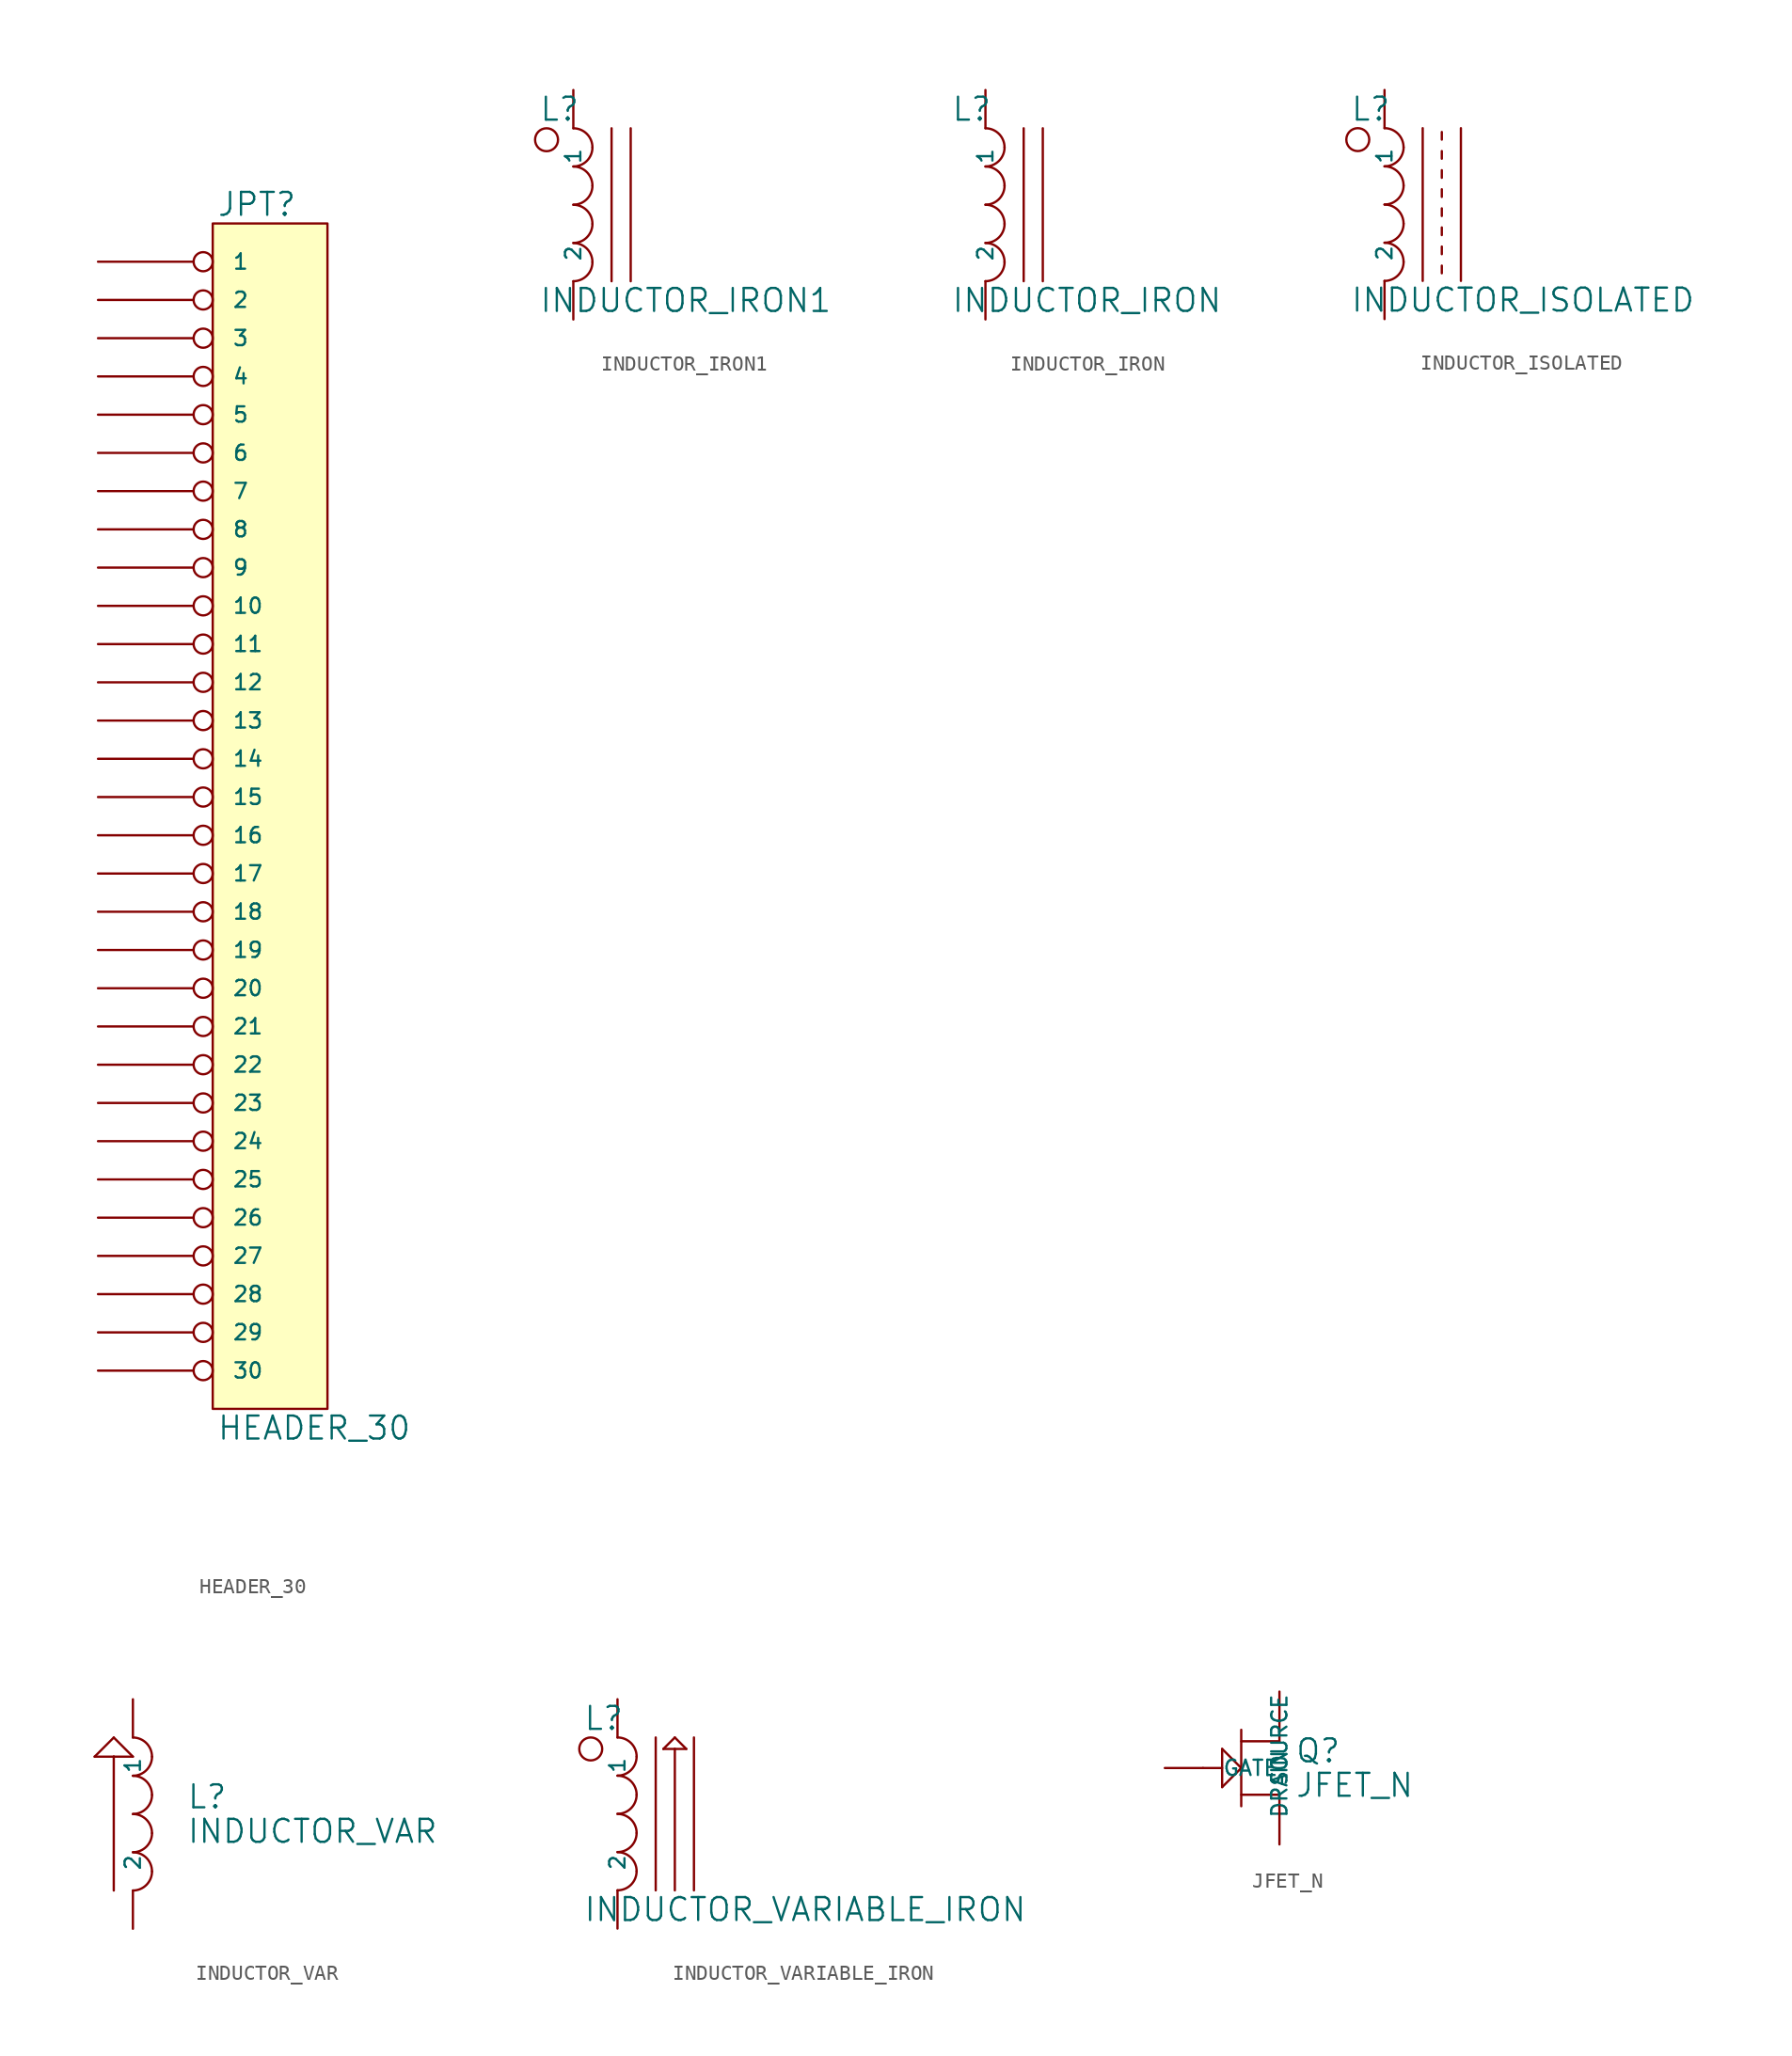
<source format=kicad_sym>
(kicad_symbol_lib
  (version 20231120)
  (generator "kicad_symbol_editor")
  (generator_version "8.0")
  (symbol "HEADER_30"
    (pin_names
      (offset 1.27))
    (property "Reference" "JPT"
      (at 0.254 0.381 0)
      (effects (font (size 1.524 1.524)) (justify left bottom)))
    (property "Value" "HEADER_30"
      (at 0.254 -79.121 0)
      (effects (font (size 1.524 1.524)) (justify left top)))
    (symbol "HEADER_30_0_1"
      (rectangle (start 0 0) (end 7.62 -78.74) (stroke (width 0) (type solid)) (fill (type background))))
    (symbol "HEADER_30_1_1"
      (pin passive inverted (at -7.62 -2.54 0) (length 7.62) (name "1" (effects (font (size 1.016 1.016)))) (number "~" (effects (font (size 1.27 1.27)))))
      (pin passive inverted (at -7.62 -25.4 0) (length 7.62) (name "10" (effects (font (size 1.016 1.016)))) (number "~" (effects (font (size 1.27 1.27)))))
      (pin passive inverted (at -7.62 -27.94 0) (length 7.62) (name "11" (effects (font (size 1.016 1.016)))) (number "~" (effects (font (size 1.27 1.27)))))
      (pin passive inverted (at -7.62 -30.48 0) (length 7.62) (name "12" (effects (font (size 1.016 1.016)))) (number "~" (effects (font (size 1.27 1.27)))))
      (pin passive inverted (at -7.62 -33.02 0) (length 7.62) (name "13" (effects (font (size 1.016 1.016)))) (number "~" (effects (font (size 1.27 1.27)))))
      (pin passive inverted (at -7.62 -35.56 0) (length 7.62) (name "14" (effects (font (size 1.016 1.016)))) (number "~" (effects (font (size 1.27 1.27)))))
      (pin passive inverted (at -7.62 -38.1 0) (length 7.62) (name "15" (effects (font (size 1.016 1.016)))) (number "~" (effects (font (size 1.27 1.27)))))
      (pin passive inverted (at -7.62 -40.64 0) (length 7.62) (name "16" (effects (font (size 1.016 1.016)))) (number "~" (effects (font (size 1.27 1.27)))))
      (pin passive inverted (at -7.62 -43.18 0) (length 7.62) (name "17" (effects (font (size 1.016 1.016)))) (number "~" (effects (font (size 1.27 1.27)))))
      (pin passive inverted (at -7.62 -45.72 0) (length 7.62) (name "18" (effects (font (size 1.016 1.016)))) (number "~" (effects (font (size 1.27 1.27)))))
      (pin passive inverted (at -7.62 -48.26 0) (length 7.62) (name "19" (effects (font (size 1.016 1.016)))) (number "~" (effects (font (size 1.27 1.27)))))
      (pin passive inverted (at -7.62 -5.08 0) (length 7.62) (name "2" (effects (font (size 1.016 1.016)))) (number "~" (effects (font (size 1.27 1.27)))))
      (pin passive inverted (at -7.62 -50.8 0) (length 7.62) (name "20" (effects (font (size 1.016 1.016)))) (number "~" (effects (font (size 1.27 1.27)))))
      (pin passive inverted (at -7.62 -53.34 0) (length 7.62) (name "21" (effects (font (size 1.016 1.016)))) (number "~" (effects (font (size 1.27 1.27)))))
      (pin passive inverted (at -7.62 -55.88 0) (length 7.62) (name "22" (effects (font (size 1.016 1.016)))) (number "~" (effects (font (size 1.27 1.27)))))
      (pin passive inverted (at -7.62 -58.42 0) (length 7.62) (name "23" (effects (font (size 1.016 1.016)))) (number "~" (effects (font (size 1.27 1.27)))))
      (pin passive inverted (at -7.62 -60.96 0) (length 7.62) (name "24" (effects (font (size 1.016 1.016)))) (number "~" (effects (font (size 1.27 1.27)))))
      (pin passive inverted (at -7.62 -63.5 0) (length 7.62) (name "25" (effects (font (size 1.016 1.016)))) (number "~" (effects (font (size 1.27 1.27)))))
      (pin passive inverted (at -7.62 -66.04 0) (length 7.62) (name "26" (effects (font (size 1.016 1.016)))) (number "~" (effects (font (size 1.27 1.27)))))
      (pin passive inverted (at -7.62 -68.58 0) (length 7.62) (name "27" (effects (font (size 1.016 1.016)))) (number "~" (effects (font (size 1.27 1.27)))))
      (pin passive inverted (at -7.62 -71.12 0) (length 7.62) (name "28" (effects (font (size 1.016 1.016)))) (number "~" (effects (font (size 1.27 1.27)))))
      (pin passive inverted (at -7.62 -73.66 0) (length 7.62) (name "29" (effects (font (size 1.016 1.016)))) (number "~" (effects (font (size 1.27 1.27)))))
      (pin passive inverted (at -7.62 -7.62 0) (length 7.62) (name "3" (effects (font (size 1.016 1.016)))) (number "~" (effects (font (size 1.27 1.27)))))
      (pin passive inverted (at -7.62 -76.2 0) (length 7.62) (name "30" (effects (font (size 1.016 1.016)))) (number "~" (effects (font (size 1.27 1.27)))))
      (pin passive inverted (at -7.62 -10.16 0) (length 7.62) (name "4" (effects (font (size 1.016 1.016)))) (number "~" (effects (font (size 1.27 1.27)))))
      (pin passive inverted (at -7.62 -12.7 0) (length 7.62) (name "5" (effects (font (size 1.016 1.016)))) (number "~" (effects (font (size 1.27 1.27)))))
      (pin passive inverted (at -7.62 -15.24 0) (length 7.62) (name "6" (effects (font (size 1.016 1.016)))) (number "~" (effects (font (size 1.27 1.27)))))
      (pin passive inverted (at -7.62 -17.78 0) (length 7.62) (name "7" (effects (font (size 1.016 1.016)))) (number "~" (effects (font (size 1.27 1.27)))))
      (pin passive inverted (at -7.62 -20.32 0) (length 7.62) (name "8" (effects (font (size 1.016 1.016)))) (number "~" (effects (font (size 1.27 1.27)))))
      (pin passive inverted (at -7.62 -22.86 0) (length 7.62) (name "9" (effects (font (size 1.016 1.016)))) (number "~" (effects (font (size 1.27 1.27)))))))
  (symbol "INDUCTOR_IRON1"
    (pin_names
      (offset 1.27))
    (property "Reference" "L"
      (at 0.254 0.381 0)
      (effects (font (size 1.524 1.524)) (justify left bottom)))
    (property "Value" "INDUCTOR_IRON1"
      (at 0.254 -10.541 0)
      (effects (font (size 1.524 1.524)) (justify left top)))
    (symbol "INDUCTOR_IRON1_0_1"
      (polyline (pts (xy 5.08 0) (xy 5.08 -10.16)) (stroke (width 0) (type solid)) (fill (type none)))
      (polyline (pts (xy 6.35 -10.16) (xy 6.35 0)) (stroke (width 0) (type solid)) (fill (type none)))
      (circle (center 0.762 -0.762) (radius 0.762) (stroke (width 0) (type solid)) (fill (type none)))
      (arc (start 2.54 -10.16) (mid 3.438 -9.788) (end 3.81 -8.89) (stroke (width 0) (type solid)) (fill (type none)))
      (arc (start 2.54 -7.62) (mid 3.438 -7.248) (end 3.81 -6.35) (stroke (width 0) (type solid)) (fill (type none)))
      (arc (start 2.54 -5.08) (mid 3.438 -4.708) (end 3.81 -3.81) (stroke (width 0) (type solid)) (fill (type none)))
      (arc (start 2.54 -2.54) (mid 3.438 -2.168) (end 3.81 -1.27) (stroke (width 0) (type solid)) (fill (type none)))
      (arc (start 3.81 -8.89) (mid 3.438 -7.992) (end 2.54 -7.62) (stroke (width 0) (type solid)) (fill (type none)))
      (arc (start 3.81 -6.35) (mid 3.438 -5.452) (end 2.54 -5.08) (stroke (width 0) (type solid)) (fill (type none)))
      (arc (start 3.81 -3.81) (mid 3.438 -2.912) (end 2.54 -2.54) (stroke (width 0) (type solid)) (fill (type none)))
      (arc (start 3.81 -1.27) (mid 3.438 -0.372) (end 2.54 0) (stroke (width 0) (type solid)) (fill (type none))))
    (symbol "INDUCTOR_IRON1_1_1"
      (pin passive line (at 2.54 2.54 270) (length 2.54) (name "1" (effects (font (size 1.016 1.016)))) (number "~" (effects (font (size 1.27 1.27)))))
      (pin passive line (at 2.54 -12.7 90) (length 2.54) (name "2" (effects (font (size 1.016 1.016)))) (number "~" (effects (font (size 1.27 1.27)))))))
  (symbol "INDUCTOR_IRON"
    (pin_names
      (offset 1.27))
    (property "Reference" "L"
      (at 0.254 0.381 0)
      (effects (font (size 1.524 1.524)) (justify left bottom)))
    (property "Value" "INDUCTOR_IRON"
      (at 0.254 -10.541 0)
      (effects (font (size 1.524 1.524)) (justify left top)))
    (symbol "INDUCTOR_IRON_0_1"
      (polyline (pts (xy 5.08 0) (xy 5.08 -10.16)) (stroke (width 0) (type solid)) (fill (type none)))
      (polyline (pts (xy 6.35 -10.16) (xy 6.35 0)) (stroke (width 0) (type solid)) (fill (type none)))
      (arc (start 2.54 -10.16) (mid 3.438 -9.788) (end 3.81 -8.89) (stroke (width 0) (type solid)) (fill (type none)))
      (arc (start 2.54 -7.62) (mid 3.438 -7.248) (end 3.81 -6.35) (stroke (width 0) (type solid)) (fill (type none)))
      (arc (start 2.54 -5.08) (mid 3.438 -4.708) (end 3.81 -3.81) (stroke (width 0) (type solid)) (fill (type none)))
      (arc (start 2.54 -2.54) (mid 3.438 -2.168) (end 3.81 -1.27) (stroke (width 0) (type solid)) (fill (type none)))
      (arc (start 3.81 -8.89) (mid 3.438 -7.992) (end 2.54 -7.62) (stroke (width 0) (type solid)) (fill (type none)))
      (arc (start 3.81 -6.35) (mid 3.438 -5.452) (end 2.54 -5.08) (stroke (width 0) (type solid)) (fill (type none)))
      (arc (start 3.81 -3.81) (mid 3.438 -2.912) (end 2.54 -2.54) (stroke (width 0) (type solid)) (fill (type none)))
      (arc (start 3.81 -1.27) (mid 3.438 -0.372) (end 2.54 0) (stroke (width 0) (type solid)) (fill (type none))))
    (symbol "INDUCTOR_IRON_1_1"
      (pin passive line (at 2.54 2.54 270) (length 2.54) (name "1" (effects (font (size 1.016 1.016)))) (number "~" (effects (font (size 1.27 1.27)))))
      (pin passive line (at 2.54 -12.7 90) (length 2.54) (name "2" (effects (font (size 1.016 1.016)))) (number "~" (effects (font (size 1.27 1.27)))))))
  (symbol "INDUCTOR_ISOLATED"
    (pin_names
      (offset 1.27))
    (property "Reference" "L"
      (at 0.254 0.381 0)
      (effects (font (size 1.524 1.524)) (justify left bottom)))
    (property "Value" "INDUCTOR_ISOLATED"
      (at 0.254 -10.541 0)
      (effects (font (size 1.524 1.524)) (justify left top)))
    (symbol "INDUCTOR_ISOLATED_0_1"
      (polyline (pts (xy 5.08 0) (xy 5.08 -10.16)) (stroke (width 0) (type solid)) (fill (type none)))
      (polyline (pts (xy 6.35 -9.144) (xy 6.35 -9.652)) (stroke (width 0) (type solid)) (fill (type none)))
      (polyline (pts (xy 6.35 -7.874) (xy 6.35 -8.382)) (stroke (width 0) (type solid)) (fill (type none)))
      (polyline (pts (xy 6.35 -6.604) (xy 6.35 -7.112)) (stroke (width 0) (type solid)) (fill (type none)))
      (polyline (pts (xy 6.35 -5.334) (xy 6.35 -5.842)) (stroke (width 0) (type solid)) (fill (type none)))
      (polyline (pts (xy 6.35 -4.064) (xy 6.35 -4.572)) (stroke (width 0) (type solid)) (fill (type none)))
      (polyline (pts (xy 6.35 -2.794) (xy 6.35 -3.302)) (stroke (width 0) (type solid)) (fill (type none)))
      (polyline (pts (xy 6.35 -1.524) (xy 6.35 -2.032)) (stroke (width 0) (type solid)) (fill (type none)))
      (polyline (pts (xy 6.35 -0.254) (xy 6.35 -0.762)) (stroke (width 0) (type solid)) (fill (type none)))
      (polyline (pts (xy 7.62 -10.16) (xy 7.62 0)) (stroke (width 0) (type solid)) (fill (type none)))
      (circle (center 0.762 -0.762) (radius 0.762) (stroke (width 0) (type solid)) (fill (type none)))
      (arc (start 2.54 -10.16) (mid 3.438 -9.788) (end 3.81 -8.89) (stroke (width 0) (type solid)) (fill (type none)))
      (arc (start 2.54 -7.62) (mid 3.438 -7.248) (end 3.81 -6.35) (stroke (width 0) (type solid)) (fill (type none)))
      (arc (start 2.54 -5.08) (mid 3.438 -4.708) (end 3.81 -3.81) (stroke (width 0) (type solid)) (fill (type none)))
      (arc (start 2.54 -2.54) (mid 3.438 -2.168) (end 3.81 -1.27) (stroke (width 0) (type solid)) (fill (type none)))
      (arc (start 3.81 -8.89) (mid 3.438 -7.992) (end 2.54 -7.62) (stroke (width 0) (type solid)) (fill (type none)))
      (arc (start 3.81 -6.35) (mid 3.438 -5.452) (end 2.54 -5.08) (stroke (width 0) (type solid)) (fill (type none)))
      (arc (start 3.81 -3.81) (mid 3.438 -2.912) (end 2.54 -2.54) (stroke (width 0) (type solid)) (fill (type none)))
      (arc (start 3.81 -1.27) (mid 3.438 -0.372) (end 2.54 0) (stroke (width 0) (type solid)) (fill (type none))))
    (symbol "INDUCTOR_ISOLATED_1_1"
      (pin passive line (at 2.54 2.54 270) (length 2.54) (name "1" (effects (font (size 1.016 1.016)))) (number "~" (effects (font (size 1.27 1.27)))))
      (pin passive line (at 2.54 -12.7 90) (length 2.54) (name "2" (effects (font (size 1.016 1.016)))) (number "~" (effects (font (size 1.27 1.27)))))))
  (symbol "INDUCTOR_VAR"
    (pin_names
      (offset 1.27))
    (property "Reference" "L"
      (at 6.096 -4.826 0)
      (effects (font (size 1.524 1.524)) (justify left bottom)))
    (property "Value" "INDUCTOR_VAR"
      (at 6.096 -5.334 0)
      (effects (font (size 1.524 1.524)) (justify left top)))
    (symbol "INDUCTOR_VAR_0_1"
      (polyline (pts (xy 0 -1.27) (xy 1.27 0)) (stroke (width 0) (type solid)) (fill (type none)))
      (polyline (pts (xy 1.27 -10.16) (xy 1.27 -1.27)) (stroke (width 0) (type solid)) (fill (type none)))
      (polyline (pts (xy 1.27 -1.27) (xy 0 -1.27)) (stroke (width 0) (type solid)) (fill (type none)))
      (polyline (pts (xy 1.27 0) (xy 2.54 -1.27)) (stroke (width 0) (type solid)) (fill (type none)))
      (polyline (pts (xy 2.54 -1.27) (xy 1.27 -1.27)) (stroke (width 0) (type solid)) (fill (type none)))
      (arc (start 2.54 -10.16) (mid 3.438 -9.788) (end 3.81 -8.89) (stroke (width 0) (type solid)) (fill (type none)))
      (arc (start 2.54 -7.62) (mid 3.438 -7.248) (end 3.81 -6.35) (stroke (width 0) (type solid)) (fill (type none)))
      (arc (start 2.54 -5.08) (mid 3.438 -4.708) (end 3.81 -3.81) (stroke (width 0) (type solid)) (fill (type none)))
      (arc (start 2.54 -2.54) (mid 3.438 -2.168) (end 3.81 -1.27) (stroke (width 0) (type solid)) (fill (type none)))
      (arc (start 3.81 -8.89) (mid 3.438 -7.992) (end 2.54 -7.62) (stroke (width 0) (type solid)) (fill (type none)))
      (arc (start 3.81 -6.35) (mid 3.438 -5.452) (end 2.54 -5.08) (stroke (width 0) (type solid)) (fill (type none)))
      (arc (start 3.81 -3.81) (mid 3.438 -2.912) (end 2.54 -2.54) (stroke (width 0) (type solid)) (fill (type none)))
      (arc (start 3.81 -1.27) (mid 3.438 -0.372) (end 2.54 0) (stroke (width 0) (type solid)) (fill (type none))))
    (symbol "INDUCTOR_VAR_1_1"
      (pin passive line (at 2.54 2.54 270) (length 2.54) (name "1" (effects (font (size 1.016 1.016)))) (number "~" (effects (font (size 1.27 1.27)))))
      (pin passive line (at 2.54 -12.7 90) (length 2.54) (name "2" (effects (font (size 1.016 1.016)))) (number "~" (effects (font (size 1.27 1.27)))))))
  (symbol "INDUCTOR_VARIABLE_IRON"
    (pin_names
      (offset 1.27))
    (property "Reference" "L"
      (at 0.254 0.381 0)
      (effects (font (size 1.524 1.524)) (justify left bottom)))
    (property "Value" "INDUCTOR_VARIABLE_IRON"
      (at 0.254 -10.541 0)
      (effects (font (size 1.524 1.524)) (justify left top)))
    (symbol "INDUCTOR_VARIABLE_IRON_0_1"
      (polyline (pts (xy 5.08 0) (xy 5.08 -10.16)) (stroke (width 0) (type solid)) (fill (type none)))
      (polyline (pts (xy 5.588 -0.762) (xy 6.35 0)) (stroke (width 0) (type solid)) (fill (type none)))
      (polyline (pts (xy 6.35 -10.16) (xy 6.35 -0.762)) (stroke (width 0) (type solid)) (fill (type none)))
      (polyline (pts (xy 6.35 -0.762) (xy 5.588 -0.762)) (stroke (width 0) (type solid)) (fill (type none)))
      (polyline (pts (xy 6.35 0) (xy 7.112 -0.762)) (stroke (width 0) (type solid)) (fill (type none)))
      (polyline (pts (xy 7.112 -0.762) (xy 6.35 -0.762)) (stroke (width 0) (type solid)) (fill (type none)))
      (polyline (pts (xy 7.62 -10.16) (xy 7.62 0)) (stroke (width 0) (type solid)) (fill (type none)))
      (circle (center 0.762 -0.762) (radius 0.762) (stroke (width 0) (type solid)) (fill (type none)))
      (arc (start 2.54 -10.16) (mid 3.438 -9.788) (end 3.81 -8.89) (stroke (width 0) (type solid)) (fill (type none)))
      (arc (start 2.54 -7.62) (mid 3.438 -7.248) (end 3.81 -6.35) (stroke (width 0) (type solid)) (fill (type none)))
      (arc (start 2.54 -5.08) (mid 3.438 -4.708) (end 3.81 -3.81) (stroke (width 0) (type solid)) (fill (type none)))
      (arc (start 2.54 -2.54) (mid 3.438 -2.168) (end 3.81 -1.27) (stroke (width 0) (type solid)) (fill (type none)))
      (arc (start 3.81 -8.89) (mid 3.438 -7.992) (end 2.54 -7.62) (stroke (width 0) (type solid)) (fill (type none)))
      (arc (start 3.81 -6.35) (mid 3.438 -5.452) (end 2.54 -5.08) (stroke (width 0) (type solid)) (fill (type none)))
      (arc (start 3.81 -3.81) (mid 3.438 -2.912) (end 2.54 -2.54) (stroke (width 0) (type solid)) (fill (type none)))
      (arc (start 3.81 -1.27) (mid 3.438 -0.372) (end 2.54 0) (stroke (width 0) (type solid)) (fill (type none))))
    (symbol "INDUCTOR_VARIABLE_IRON_1_1"
      (pin passive line (at 2.54 2.54 270) (length 2.54) (name "1" (effects (font (size 1.016 1.016)))) (number "~" (effects (font (size 1.27 1.27)))))
      (pin passive line (at 2.54 -12.7 90) (length 2.54) (name "2" (effects (font (size 1.016 1.016)))) (number "~" (effects (font (size 1.27 1.27)))))))
  (symbol "JFET_N"
    (pin_names
      (offset 1.27))
    (property "Reference" "Q"
      (at 6.096 -2.286 0)
      (effects (font (size 1.524 1.524)) (justify left bottom)))
    (property "Value" "JFET_N"
      (at 6.096 -2.794 0)
      (effects (font (size 1.524 1.524)) (justify left top)))
    (symbol "JFET_N_0_1"
      (polyline (pts (xy 1.27 -3.81) (xy 2.54 -2.54)) (stroke (width 0) (type solid)) (fill (type none)))
      (polyline (pts (xy 1.27 -2.54) (xy 0 -2.54)) (stroke (width 0) (type solid)) (fill (type none)))
      (polyline (pts (xy 1.27 -1.27) (xy 1.27 -3.81)) (stroke (width 0) (type solid)) (fill (type none)))
      (polyline (pts (xy 2.54 -4.318) (xy 5.08 -4.318)) (stroke (width 0) (type solid)) (fill (type none)))
      (polyline (pts (xy 2.54 -2.54) (xy 1.27 -1.27)) (stroke (width 0) (type solid)) (fill (type none)))
      (polyline (pts (xy 2.54 0) (xy 2.54 -5.08)) (stroke (width 0) (type solid)) (fill (type none)))
      (polyline (pts (xy 5.08 -4.318) (xy 5.08 -5.08)) (stroke (width 0) (type solid)) (fill (type none)))
      (polyline (pts (xy 5.08 -0.762) (xy 2.54 -0.762)) (stroke (width 0) (type solid)) (fill (type none)))
      (polyline (pts (xy 5.08 0) (xy 5.08 -0.762)) (stroke (width 0) (type solid)) (fill (type none))))
    (symbol "JFET_N_1_1"
      (pin input line (at 5.08 2.54 270) (length 2.54) (name "DRAIN" (effects (font (size 1.016 1.016)))) (number "~" (effects (font (size 1.27 1.27)))))
      (pin input line (at -2.54 -2.54 0) (length 2.54) (name "GATE" (effects (font (size 1.016 1.016)))) (number "~" (effects (font (size 1.27 1.27)))))
      (pin input line (at 5.08 -7.62 90) (length 2.54) (name "SOURCE" (effects (font (size 1.016 1.016)))) (number "~" (effects (font (size 1.27 1.27))))))))
</source>
